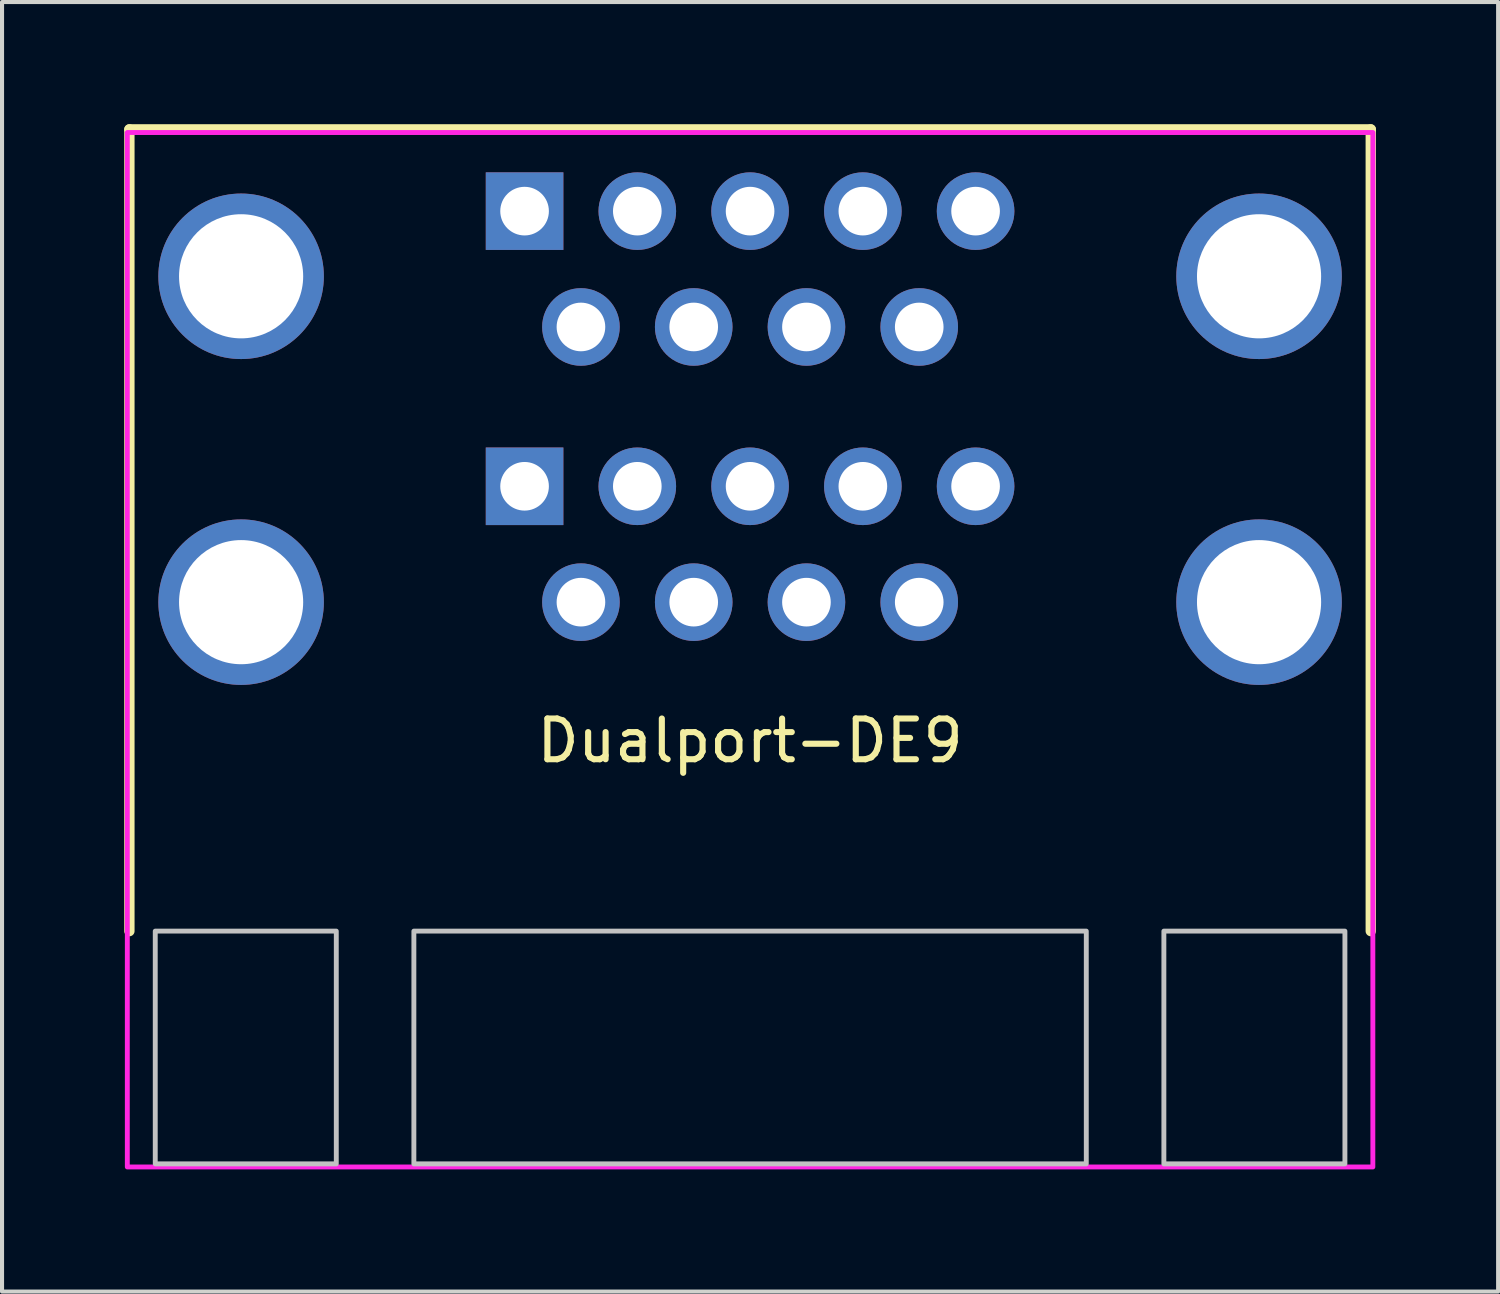
<source format=kicad_pcb>
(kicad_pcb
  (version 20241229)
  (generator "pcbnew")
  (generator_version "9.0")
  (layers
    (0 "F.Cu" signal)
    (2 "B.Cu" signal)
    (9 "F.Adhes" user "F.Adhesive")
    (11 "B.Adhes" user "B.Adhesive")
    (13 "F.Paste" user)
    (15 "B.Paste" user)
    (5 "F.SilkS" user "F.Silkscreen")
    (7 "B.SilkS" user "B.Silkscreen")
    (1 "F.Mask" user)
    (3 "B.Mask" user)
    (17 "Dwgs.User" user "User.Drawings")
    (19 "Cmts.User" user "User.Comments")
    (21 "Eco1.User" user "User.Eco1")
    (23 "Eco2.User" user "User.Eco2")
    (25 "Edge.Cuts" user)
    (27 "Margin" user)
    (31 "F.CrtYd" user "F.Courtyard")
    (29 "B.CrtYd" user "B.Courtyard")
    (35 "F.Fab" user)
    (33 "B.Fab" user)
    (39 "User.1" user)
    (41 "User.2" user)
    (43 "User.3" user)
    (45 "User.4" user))
  (footprint "Dualport-DE9"
    (layer "F.Cu")
    (at 15.367 19.812)
    (property "Reference" "Dualport-DE9" (at 0 -4.675 0) (unlocked yes) (layer "F.SilkS") (effects (font (size 1 1) (thickness 0.15))))
    (attr through_hole)
    (fp_line (start -15.24 -19.685) (end 15.24 -19.685) (stroke (width 0.254) (type default)) (layer "F.SilkS"))
    (fp_line (start -15.24 0) (end -15.24 -19.685) (stroke (width 0.254) (type default)) (layer "F.SilkS"))
    (fp_line (start 15.24 -19.685) (end 15.24 0) (stroke (width 0.254) (type default)) (layer "F.SilkS"))
    (fp_rect (start -14.605 0) (end -10.16 5.715) (stroke (width 0.12) (type default)) (fill no) (layer "Dwgs.User"))
    (fp_rect (start -8.255 0) (end 8.255 5.715) (stroke (width 0.12) (type default)) (fill no) (layer "Dwgs.User"))
    (fp_rect (start 14.605 0) (end 10.16 5.715) (stroke (width 0.12) (type default)) (fill no) (layer "Dwgs.User"))
    (fp_rect (start -15.291 -19.609) (end 15.291 5.791) (stroke (width 0.12) (type default)) (fill no) (layer "F.CrtYd"))
    (pad "A0" thru_hole circle (at -12.497 -8.077) (size 4.064 4.064) (drill 3.048) (layers "*.Cu" "*.Mask"))
    (pad "A0" thru_hole circle (at 12.497 -8.077) (size 4.064 4.064) (drill 3.048) (layers "*.Cu" "*.Mask"))
    (pad "A1" thru_hole rect (at -5.537 -10.922) (size 1.905 1.905) (drill 1.194) (layers "*.Cu" "*.Mask"))
    (pad "A2" thru_hole circle (at -2.769 -10.922) (size 1.905 1.905) (drill 1.194) (layers "*.Cu" "*.Mask"))
    (pad "A3" thru_hole circle (at 0 -10.922) (size 1.905 1.905) (drill 1.194) (layers "*.Cu" "*.Mask"))
    (pad "A4" thru_hole circle (at 2.769 -10.922) (size 1.905 1.905) (drill 1.194) (layers "*.Cu" "*.Mask"))
    (pad "A5" thru_hole circle (at 5.537 -10.922) (size 1.905 1.905) (drill 1.194) (layers "*.Cu" "*.Mask"))
    (pad "A6" thru_hole circle (at -4.153 -8.077) (size 1.905 1.905) (drill 1.194) (layers "*.Cu" "*.Mask"))
    (pad "A7" thru_hole circle (at -1.384 -8.077) (size 1.905 1.905) (drill 1.194) (layers "*.Cu" "*.Mask"))
    (pad "A8" thru_hole circle (at 1.384 -8.077) (size 1.905 1.905) (drill 1.194) (layers "*.Cu" "*.Mask"))
    (pad "A9" thru_hole circle (at 4.153 -8.077) (size 1.905 1.905) (drill 1.194) (layers "*.Cu" "*.Mask"))
    (pad "B0" thru_hole circle (at -12.497 -16.078) (size 4.064 4.064) (drill 3.048) (layers "*.Cu" "*.Mask"))
    (pad "B0" thru_hole circle (at 12.497 -16.078) (size 4.064 4.064) (drill 3.048) (layers "*.Cu" "*.Mask"))
    (pad "B1" thru_hole rect (at -5.537 -17.678) (size 1.905 1.905) (drill 1.194) (layers "*.Cu" "*.Mask"))
    (pad "B2" thru_hole circle (at -2.769 -17.678) (size 1.905 1.905) (drill 1.194) (layers "*.Cu" "*.Mask"))
    (pad "B3" thru_hole circle (at 0 -17.678) (size 1.905 1.905) (drill 1.194) (layers "*.Cu" "*.Mask"))
    (pad "B4" thru_hole circle (at 2.769 -17.678) (size 1.905 1.905) (drill 1.194) (layers "*.Cu" "*.Mask"))
    (pad "B5" thru_hole circle (at 5.537 -17.678) (size 1.905 1.905) (drill 1.194) (layers "*.Cu" "*.Mask"))
    (pad "B6" thru_hole circle (at -4.153 -14.834) (size 1.905 1.905) (drill 1.194) (layers "*.Cu" "*.Mask"))
    (pad "B7" thru_hole circle (at -1.384 -14.834) (size 1.905 1.905) (drill 1.194) (layers "*.Cu" "*.Mask"))
    (pad "B8" thru_hole circle (at 1.384 -14.834) (size 1.905 1.905) (drill 1.194) (layers "*.Cu" "*.Mask"))
    (pad "B9" thru_hole circle (at 4.153 -14.834) (size 1.905 1.905) (drill 1.194) (layers "*.Cu" "*.Mask")))
  (gr_rect
    (start -3 -3)
    (end 33.734 28.663)
    (stroke (width 0.1) (type default))
    (fill no)
    (layer "Edge.Cuts")))
</source>
